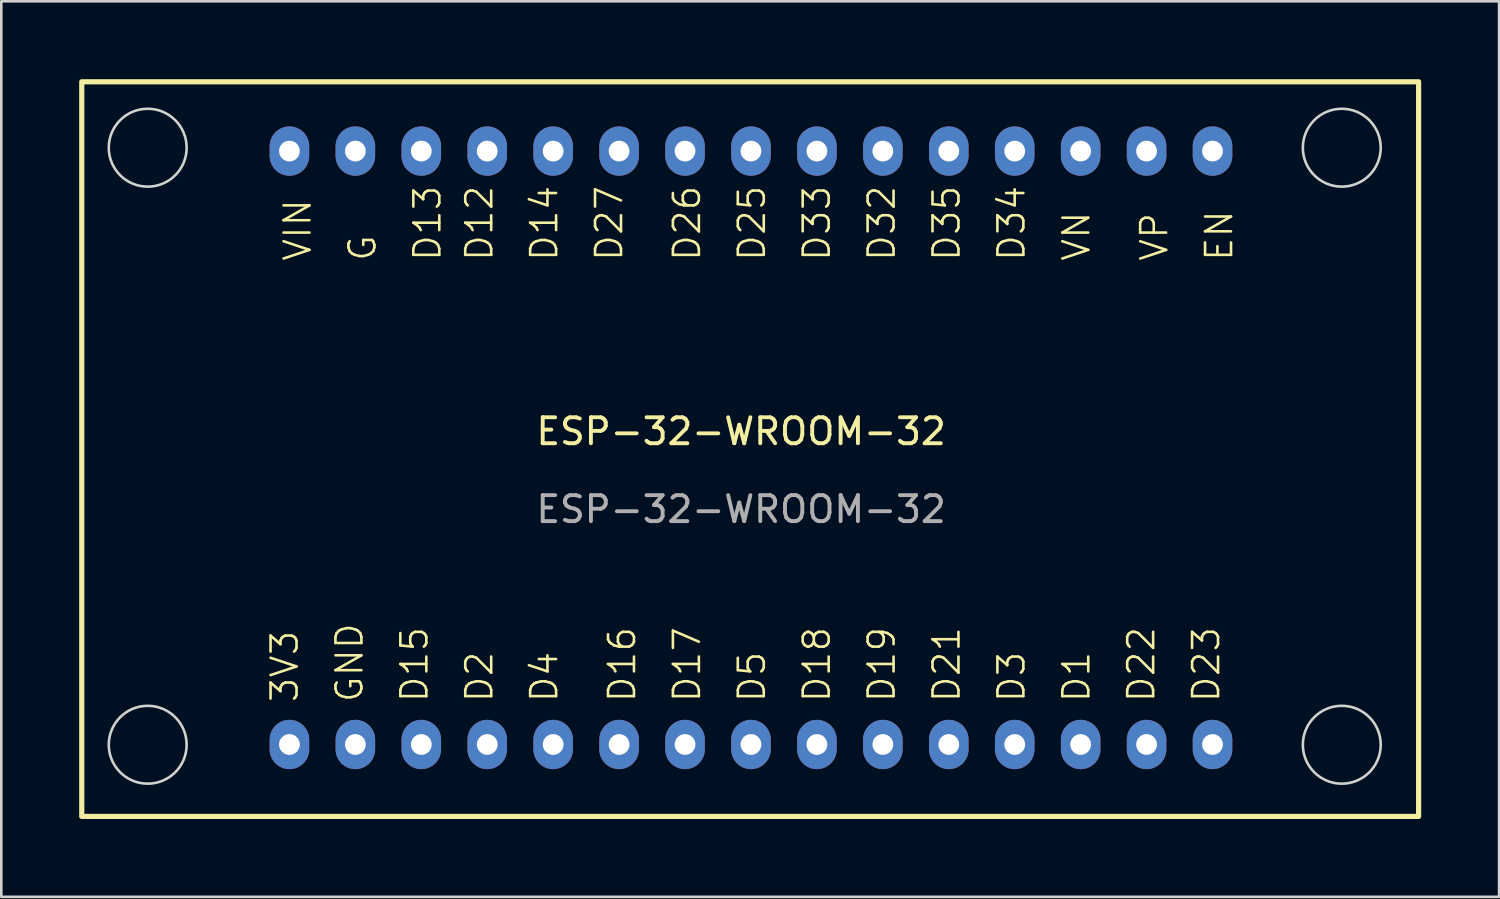
<source format=kicad_pcb>
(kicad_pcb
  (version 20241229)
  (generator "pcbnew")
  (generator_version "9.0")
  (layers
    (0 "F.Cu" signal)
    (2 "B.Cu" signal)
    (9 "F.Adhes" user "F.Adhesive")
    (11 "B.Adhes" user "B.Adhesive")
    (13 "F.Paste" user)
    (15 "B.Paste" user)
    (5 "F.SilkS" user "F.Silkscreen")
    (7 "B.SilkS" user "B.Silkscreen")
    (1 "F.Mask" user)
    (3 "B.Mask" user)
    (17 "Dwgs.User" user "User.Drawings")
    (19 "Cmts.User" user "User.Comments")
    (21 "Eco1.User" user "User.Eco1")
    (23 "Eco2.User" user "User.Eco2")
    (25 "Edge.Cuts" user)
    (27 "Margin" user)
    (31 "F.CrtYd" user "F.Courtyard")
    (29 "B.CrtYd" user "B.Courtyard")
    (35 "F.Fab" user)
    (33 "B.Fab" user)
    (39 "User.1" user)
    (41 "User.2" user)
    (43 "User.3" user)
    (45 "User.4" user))
  (footprint "ESP-32-WROOM-32"
    (layer "F.Cu")
    (at 25.5 14.07)
    (property "Reference" "ESP-32-WROOM-32" (at 0 -0.5 0) (unlocked yes) (layer "F.SilkS") (effects (font (size 1 1) (thickness 0.15))))
    (fp_rect (start -25.4 -13.97) (end 26.1 14.33) (stroke (width 0.2) (type default)) (fill no) (layer "F.SilkS"))
    (fp_circle (center -22.86 -11.43) (end -21.36 -11.43) (stroke (width 0.1) (type default)) (fill no) (layer "Edge.Cuts"))
    (fp_circle (center -22.86 11.57) (end -21.36 11.57) (stroke (width 0.1) (type default)) (fill no) (layer "Edge.Cuts"))
    (fp_circle (center 23.14 -11.43) (end 24.64 -11.43) (stroke (width 0.1) (type default)) (fill no) (layer "Edge.Cuts"))
    (fp_circle (center 23.14 11.57) (end 24.64 11.57) (stroke (width 0.1) (type default)) (fill no) (layer "Edge.Cuts"))
    (fp_text user "D35" (at 8.5 -7 90) (unlocked yes) (layer "F.SilkS") (effects (font (size 1 1) (thickness 0.1)) (justify left bottom)))
    (fp_text user "D4" (at -7 10 90) (unlocked yes) (layer "F.SilkS") (effects (font (size 1 1) (thickness 0.1)) (justify left bottom)))
    (fp_text user "D18" (at 3.5 10 90) (unlocked yes) (layer "F.SilkS") (effects (font (size 1 1) (thickness 0.1)) (justify left bottom)))
    (fp_text user "D26" (at -1.5 -7 90) (unlocked yes) (layer "F.SilkS") (effects (font (size 1 1) (thickness 0.1)) (justify left bottom)))
    (fp_text user "G" (at -14 -7 90) (unlocked yes) (layer "F.SilkS") (effects (font (size 1 1) (thickness 0.1)) (justify left bottom)))
    (fp_text user "D2" (at -9.5 10 90) (unlocked yes) (layer "F.SilkS") (effects (font (size 1 1) (thickness 0.1)) (justify left bottom)))
    (fp_text user "EN" (at 19 -7 90) (unlocked yes) (layer "F.SilkS") (effects (font (size 1 1) (thickness 0.1)) (justify left bottom)))
    (fp_text user "D33" (at 3.5 -7 90) (unlocked yes) (layer "F.SilkS") (effects (font (size 1 1) (thickness 0.1)) (justify left bottom)))
    (fp_text user "3V3" (at -17 10 90) (unlocked yes) (layer "F.SilkS") (effects (font (size 1 1) (thickness 0.1)) (justify left bottom)))
    (fp_text user "D17" (at -1.5 10 90) (unlocked yes) (layer "F.SilkS") (effects (font (size 1 1) (thickness 0.1)) (justify left bottom)))
    (fp_text user "D16" (at -4 10 90) (unlocked yes) (layer "F.SilkS") (effects (font (size 1 1) (thickness 0.1)) (justify left bottom)))
    (fp_text user "D32" (at 6 -7 90) (unlocked yes) (layer "F.SilkS") (effects (font (size 1 1) (thickness 0.1)) (justify left bottom)))
    (fp_text user "D27" (at -4.5 -7 90) (unlocked yes) (layer "F.SilkS") (effects (font (size 1 1) (thickness 0.1)) (justify left bottom)))
    (fp_text user "VN" (at 13.5 -7 90) (unlocked yes) (layer "F.SilkS") (effects (font (size 1 1) (thickness 0.1)) (justify left bottom)))
    (fp_text user "VIN" (at -16.5 -7 90) (unlocked yes) (layer "F.SilkS") (effects (font (size 1 1) (thickness 0.1)) (justify left bottom)))
    (fp_text user "D5" (at 1 10 90) (unlocked yes) (layer "F.SilkS") (effects (font (size 1 1) (thickness 0.1)) (justify left bottom)))
    (fp_text user "D19" (at 6 10 90) (unlocked yes) (layer "F.SilkS") (effects (font (size 1 1) (thickness 0.1)) (justify left bottom)))
    (fp_text user "D25" (at 1 -7 90) (unlocked yes) (layer "F.SilkS") (effects (font (size 1 1) (thickness 0.1)) (justify left bottom)))
    (fp_text user "GND" (at -14.5 10 90) (unlocked yes) (layer "F.SilkS") (effects (font (size 1 1) (thickness 0.1)) (justify left bottom)))
    (fp_text user "D21" (at 8.5 10 90) (unlocked yes) (layer "F.SilkS") (effects (font (size 1 1) (thickness 0.1)) (justify left bottom)))
    (fp_text user "D3" (at 11 10 90) (unlocked yes) (layer "F.SilkS") (effects (font (size 1 1) (thickness 0.1)) (justify left bottom)))
    (fp_text user "D23" (at 18.5 10 90) (unlocked yes) (layer "F.SilkS") (effects (font (size 1 1) (thickness 0.1)) (justify left bottom)))
    (fp_text user "D13" (at -11.5 -7 90) (unlocked yes) (layer "F.SilkS") (effects (font (size 1 1) (thickness 0.1)) (justify left bottom)))
    (fp_text user "D14" (at -7 -7 90) (unlocked yes) (layer "F.SilkS") (effects (font (size 1 1) (thickness 0.1)) (justify left bottom)))
    (fp_text user "D15" (at -12 10 90) (unlocked yes) (layer "F.SilkS") (effects (font (size 1 1) (thickness 0.1)) (justify left bottom)))
    (fp_text user "D12" (at -9.5 -7 90) (unlocked yes) (layer "F.SilkS") (effects (font (size 1 1) (thickness 0.1)) (justify left bottom)))
    (fp_text user "D34" (at 11 -7 90) (unlocked yes) (layer "F.SilkS") (effects (font (size 1 1) (thickness 0.1)) (justify left bottom)))
    (fp_text user "VP" (at 16.5 -7 90) (unlocked yes) (layer "F.SilkS") (effects (font (size 1 1) (thickness 0.1)) (justify left bottom)))
    (fp_text user "D1" (at 13.5 10 90) (unlocked yes) (layer "F.SilkS") (effects (font (size 1 1) (thickness 0.1)) (justify left bottom)))
    (fp_text user "D22" (at 16 10 90) (unlocked yes) (layer "F.SilkS") (effects (font (size 1 1) (thickness 0.1)) (justify left bottom)))
    (fp_text user "ESP-32-WROOM-32" (at 0 2.5 0) (unlocked yes) (layer "F.Fab") (effects (font (size 1 1) (thickness 0.15))))
    (pad "1" thru_hole oval (at -17.4 -11.3) (size 1.524 1.9) (drill 0.8) (layers "*.Cu" "*.Mask"))
    (pad "2" thru_hole oval (at -14.86 -11.3) (size 1.524 1.9) (drill 0.8) (layers "*.Cu" "*.Mask"))
    (pad "3" thru_hole oval (at -12.32 -11.3) (size 1.524 1.9) (drill 0.8) (layers "*.Cu" "*.Mask"))
    (pad "4" thru_hole oval (at -9.78 -11.3) (size 1.524 1.9) (drill 0.8) (layers "*.Cu" "*.Mask"))
    (pad "5" thru_hole oval (at -7.24 -11.3) (size 1.524 1.9) (drill 0.8) (layers "*.Cu" "*.Mask"))
    (pad "6" thru_hole oval (at -4.7 -11.3) (size 1.524 1.9) (drill 0.8) (layers "*.Cu" "*.Mask"))
    (pad "7" thru_hole oval (at -2.16 -11.3) (size 1.524 1.9) (drill 0.8) (layers "*.Cu" "*.Mask"))
    (pad "8" thru_hole oval (at 0.38 -11.3) (size 1.524 1.9) (drill 0.8) (layers "*.Cu" "*.Mask"))
    (pad "9" thru_hole oval (at 2.92 -11.3) (size 1.524 1.9) (drill 0.8) (layers "*.Cu" "*.Mask"))
    (pad "10" thru_hole oval (at 5.46 -11.3) (size 1.524 1.9) (drill 0.8) (layers "*.Cu" "*.Mask"))
    (pad "11" thru_hole oval (at 8 -11.3) (size 1.524 1.9) (drill 0.8) (layers "*.Cu" "*.Mask"))
    (pad "12" thru_hole oval (at 10.54 -11.3) (size 1.524 1.9) (drill 0.8) (layers "*.Cu" "*.Mask"))
    (pad "13" thru_hole oval (at 13.08 -11.3) (size 1.524 1.9) (drill 0.8) (layers "*.Cu" "*.Mask"))
    (pad "14" thru_hole oval (at 15.62 -11.3) (size 1.524 1.9) (drill 0.8) (layers "*.Cu" "*.Mask"))
    (pad "15" thru_hole oval (at 18.16 -11.3) (size 1.524 1.9) (drill 0.8) (layers "*.Cu" "*.Mask"))
    (pad "16" thru_hole oval (at 18.16 11.56) (size 1.524 1.9) (drill 0.8) (layers "*.Cu" "*.Mask"))
    (pad "17" thru_hole oval (at 15.62 11.56) (size 1.524 1.9) (drill 0.8) (layers "*.Cu" "*.Mask"))
    (pad "18" thru_hole oval (at 13.08 11.56) (size 1.524 1.9) (drill 0.8) (layers "*.Cu" "*.Mask"))
    (pad "19" thru_hole oval (at 10.54 11.56) (size 1.524 1.9) (drill 0.8) (layers "*.Cu" "*.Mask"))
    (pad "20" thru_hole oval (at 8 11.56) (size 1.524 1.9) (drill 0.8) (layers "*.Cu" "*.Mask"))
    (pad "21" thru_hole oval (at 5.46 11.56) (size 1.524 1.9) (drill 0.8) (layers "*.Cu" "*.Mask"))
    (pad "22" thru_hole oval (at 2.92 11.56) (size 1.524 1.9) (drill 0.8) (layers "*.Cu" "*.Mask"))
    (pad "23" thru_hole oval (at 0.38 11.56) (size 1.524 1.9) (drill 0.8) (layers "*.Cu" "*.Mask"))
    (pad "24" thru_hole oval (at -2.16 11.56) (size 1.524 1.9) (drill 0.8) (layers "*.Cu" "*.Mask"))
    (pad "25" thru_hole oval (at -4.7 11.56) (size 1.524 1.9) (drill 0.8) (layers "*.Cu" "*.Mask"))
    (pad "26" thru_hole oval (at -7.24 11.56) (size 1.524 1.9) (drill 0.8) (layers "*.Cu" "*.Mask"))
    (pad "27" thru_hole oval (at -9.78 11.56) (size 1.524 1.9) (drill 0.8) (layers "*.Cu" "*.Mask"))
    (pad "28" thru_hole oval (at -12.32 11.56) (size 1.524 1.9) (drill 0.8) (layers "*.Cu" "*.Mask"))
    (pad "29" thru_hole oval (at -14.86 11.56) (size 1.524 1.9) (drill 0.8) (layers "*.Cu" "*.Mask"))
    (pad "30" thru_hole oval (at -17.4 11.56) (size 1.524 1.9) (drill 0.8) (layers "*.Cu" "*.Mask")))
  (gr_rect
    (start -3 -3)
    (end 54.7 31.5)
    (stroke (width 0.1) (type default))
    (fill no)
    (layer "Edge.Cuts")))
</source>
